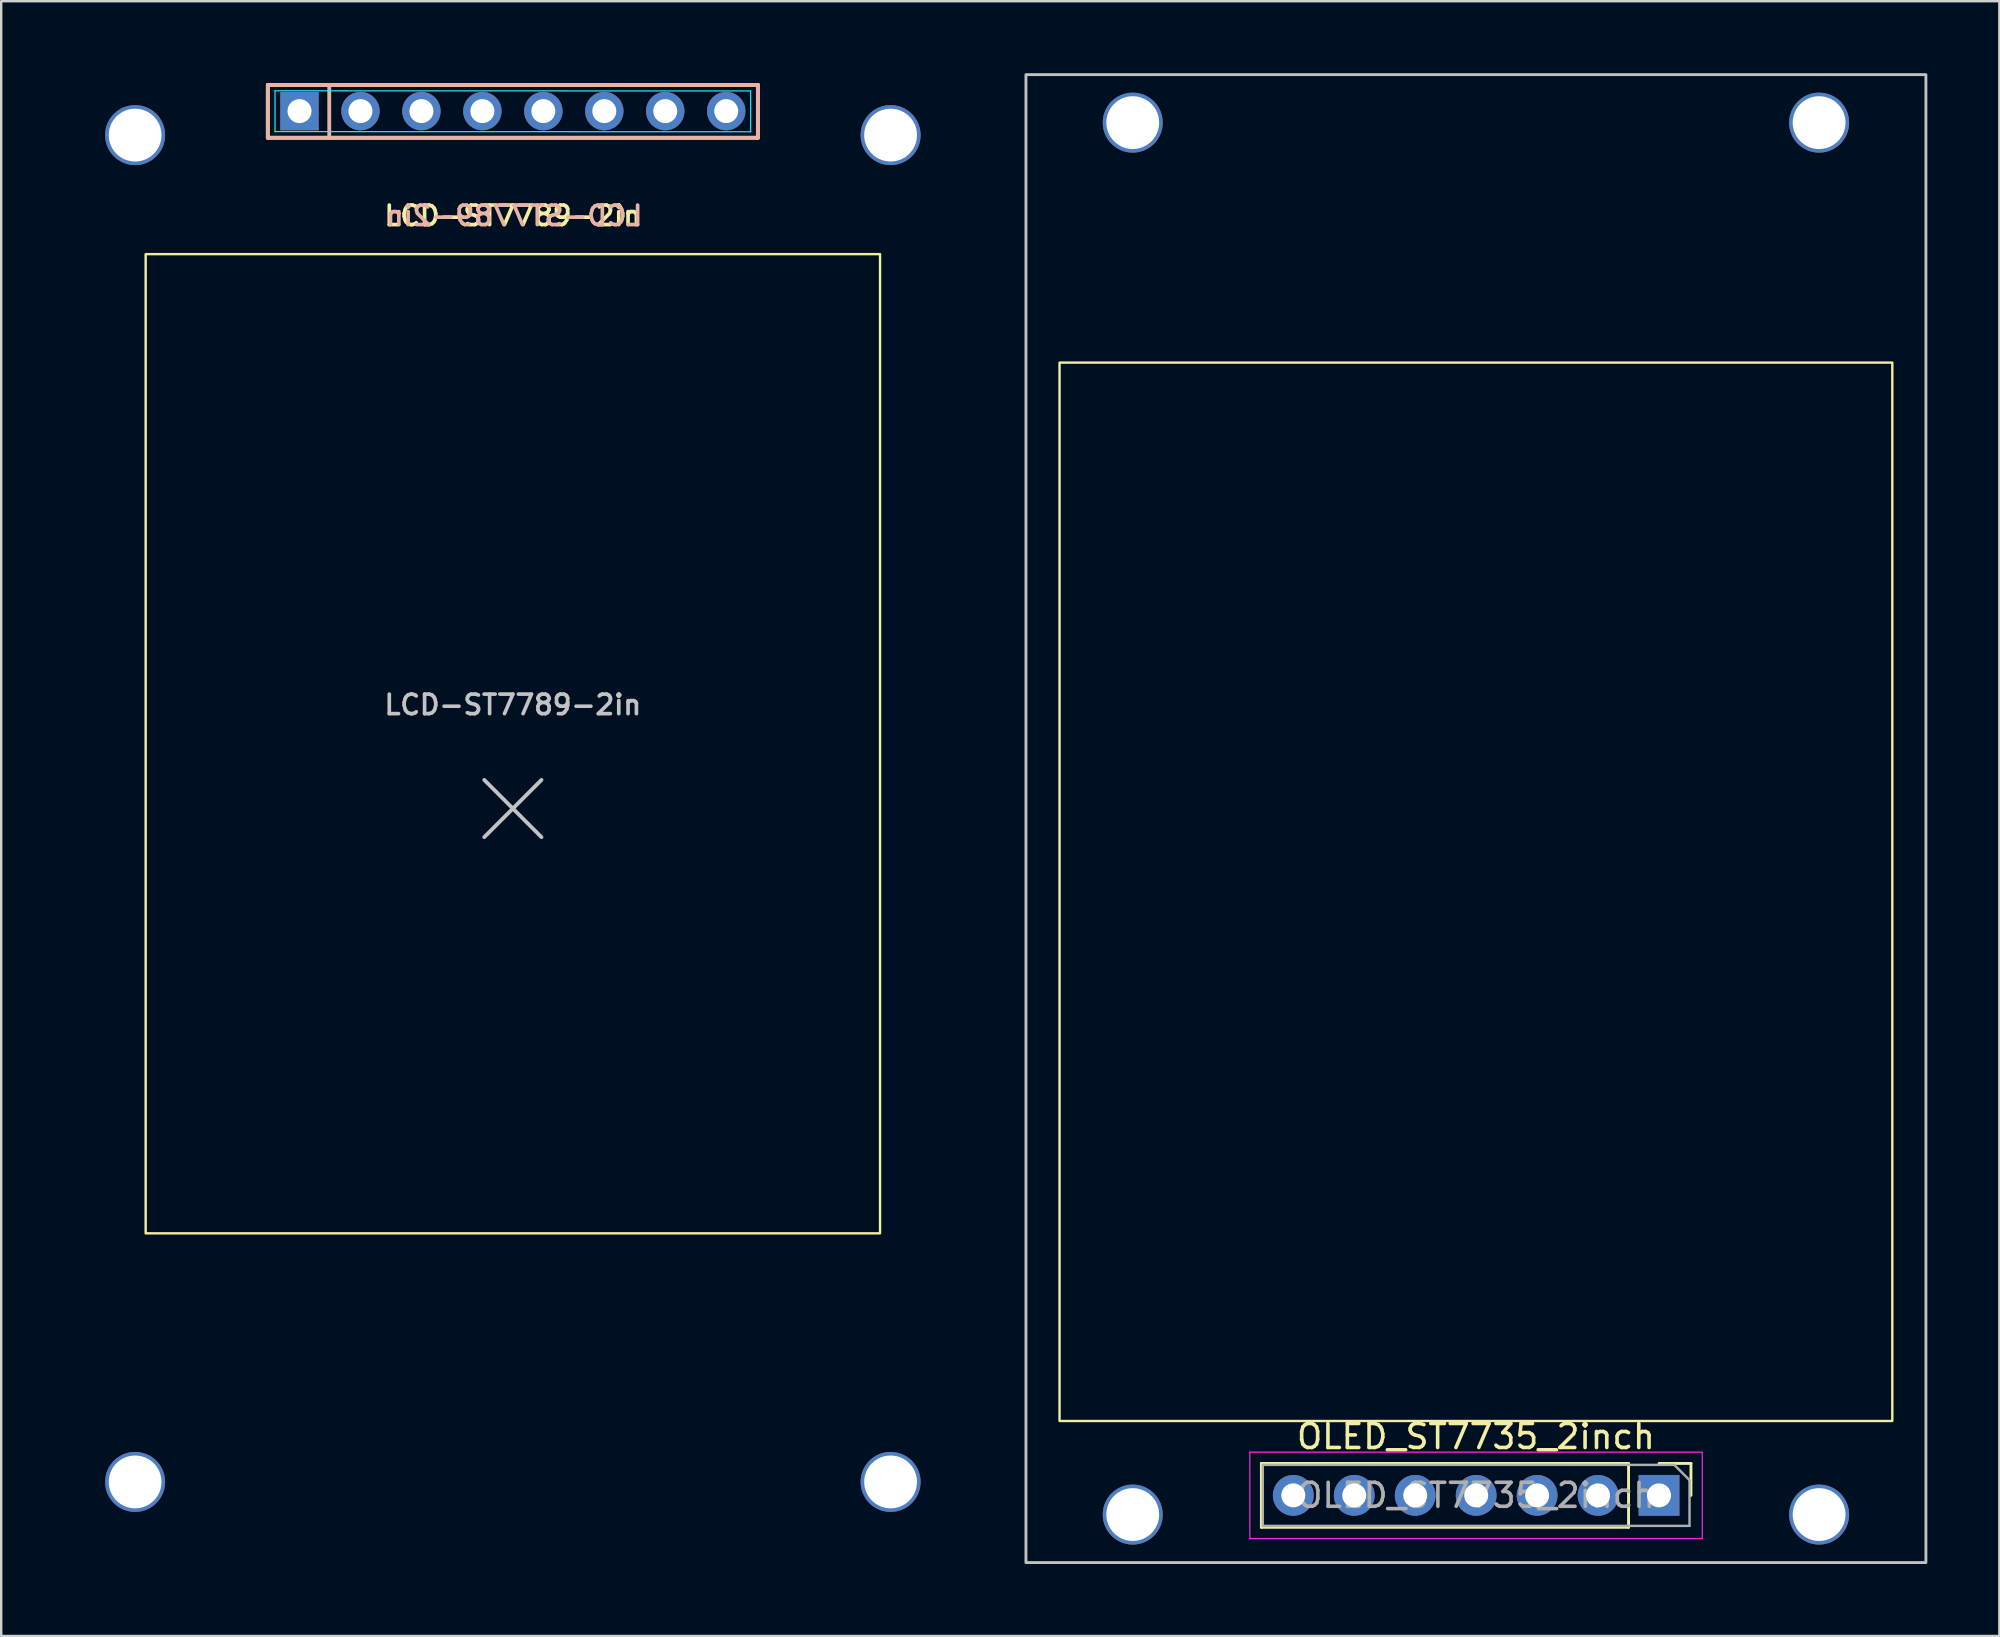
<source format=kicad_pcb>
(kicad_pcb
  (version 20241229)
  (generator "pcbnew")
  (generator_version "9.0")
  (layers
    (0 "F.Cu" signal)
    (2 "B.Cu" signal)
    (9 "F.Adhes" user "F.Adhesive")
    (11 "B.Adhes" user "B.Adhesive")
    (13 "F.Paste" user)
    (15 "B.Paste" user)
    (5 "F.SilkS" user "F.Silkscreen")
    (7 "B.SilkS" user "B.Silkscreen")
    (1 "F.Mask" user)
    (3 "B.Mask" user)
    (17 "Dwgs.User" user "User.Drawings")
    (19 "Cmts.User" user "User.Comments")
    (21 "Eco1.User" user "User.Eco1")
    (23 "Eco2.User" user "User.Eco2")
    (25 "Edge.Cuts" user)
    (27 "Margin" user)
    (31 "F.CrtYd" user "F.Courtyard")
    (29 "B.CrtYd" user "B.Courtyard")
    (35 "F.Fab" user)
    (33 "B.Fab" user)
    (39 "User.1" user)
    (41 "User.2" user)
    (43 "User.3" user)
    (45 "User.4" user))
  (footprint "OLED_ST7735_2inch"
    (layer "F.Cu")
    (at 58.45 31.06)
    (property "Reference" "OLED_ST7735_2inch" (at 0 25.75 180) (layer "F.SilkS") (effects (font (size 1 1) (thickness 0.15))))
    (attr through_hole)
    (fp_line (start -8.94 26.87) (end -8.94 29.53) (stroke (width 0.12) (type solid)) (layer "F.SilkS"))
    (fp_line (start 6.36 26.87) (end -8.94 26.87) (stroke (width 0.12) (type solid)) (layer "F.SilkS"))
    (fp_line (start 6.36 26.87) (end 6.36 29.53) (stroke (width 0.12) (type solid)) (layer "F.SilkS"))
    (fp_line (start 6.36 29.53) (end -8.94 29.53) (stroke (width 0.12) (type solid)) (layer "F.SilkS"))
    (fp_line (start 7.63 26.87) (end 8.96 26.87) (stroke (width 0.12) (type solid)) (layer "F.SilkS"))
    (fp_line (start 8.96 26.87) (end 8.96 28.2) (stroke (width 0.12) (type solid)) (layer "F.SilkS"))
    (fp_rect (start -17.35 -19) (end 17.35 25.1) (stroke (width 0.1) (type default)) (fill no) (layer "F.SilkS"))
    (fp_rect (start -18.75 -31) (end 18.75 31) (stroke (width 0.12) (type solid)) (fill no) (layer "Dwgs.User"))
    (fp_line (start -9.42 26.4) (end -9.42 30) (stroke (width 0.05) (type solid)) (layer "F.CrtYd"))
    (fp_line (start -9.42 30) (end 9.43 30) (stroke (width 0.05) (type solid)) (layer "F.CrtYd"))
    (fp_line (start 9.43 26.4) (end -9.42 26.4) (stroke (width 0.05) (type solid)) (layer "F.CrtYd"))
    (fp_line (start 9.43 30) (end 9.43 26.4) (stroke (width 0.05) (type solid)) (layer "F.CrtYd"))
    (fp_line (start -8.88 26.93) (end 8.265 26.93) (stroke (width 0.1) (type solid)) (layer "F.Fab"))
    (fp_line (start -8.88 29.47) (end -8.88 26.93) (stroke (width 0.1) (type solid)) (layer "F.Fab"))
    (fp_line (start 8.265 26.93) (end 8.9 27.565) (stroke (width 0.1) (type solid)) (layer "F.Fab"))
    (fp_line (start 8.9 27.565) (end 8.9 29.47) (stroke (width 0.1) (type solid)) (layer "F.Fab"))
    (fp_line (start 8.9 29.47) (end -8.88 29.47) (stroke (width 0.1) (type solid)) (layer "F.Fab"))
    (fp_text user "${REFERENCE}" (at 0.01 28.2 0) (layer "F.Fab") (effects (font (size 1 1) (thickness 0.15))))
    (pad "" np_thru_hole circle (at -14.3 -29) (size 2.5 2.5) (drill 2.2) (layers "*.Cu" "*.Mask"))
    (pad "" np_thru_hole circle (at -14.3 29) (size 2.5 2.5) (drill 2.2) (layers "*.Cu" "*.Mask"))
    (pad "" np_thru_hole circle (at 14.3 -29) (size 2.5 2.5) (drill 2.2) (layers "*.Cu" "*.Mask"))
    (pad "" np_thru_hole circle (at 14.3 29) (size 2.5 2.5) (drill 2.2) (layers "*.Cu" "*.Mask"))
    (pad "1" thru_hole rect (at 7.63 28.2 270) (size 1.7 1.7) (drill 1) (layers "*.Cu" "*.Mask"))
    (pad "2" thru_hole oval (at 5.09 28.2 270) (size 1.7 1.7) (drill 1) (layers "*.Cu" "*.Mask"))
    (pad "3" thru_hole oval (at 2.55 28.2 270) (size 1.7 1.7) (drill 1) (layers "*.Cu" "*.Mask"))
    (pad "4" thru_hole oval (at 0.01 28.2 270) (size 1.7 1.7) (drill 1) (layers "*.Cu" "*.Mask"))
    (pad "5" thru_hole oval (at -2.53 28.2 270) (size 1.7 1.7) (drill 1) (layers "*.Cu" "*.Mask"))
    (pad "6" thru_hole oval (at -5.07 28.2 270) (size 1.7 1.7) (drill 1) (layers "*.Cu" "*.Mask"))
    (pad "7" thru_hole oval (at -7.61 28.2 270) (size 1.7 1.7) (drill 1) (layers "*.Cu" "*.Mask")))
  (footprint "LCD-ST7789-2in"
    (layer "F.Cu")
    (at 18.32 30.64)
    (property "Reference" "LCD-ST7789-2in" (at 0 -4.322 180) (layer "Dwgs.User") (effects (font (size 0.813 0.813) (thickness 0.152))))
    (attr through_hole)
    (fp_line (start -10.21 -30.15) (end 10.21 -30.15) (stroke (width 0.16) (type solid)) (layer "F.SilkS"))
    (fp_line (start -10.21 -27.95) (end -10.21 -30.15) (stroke (width 0.16) (type solid)) (layer "F.SilkS"))
    (fp_line (start 10.21 -30.15) (end 10.21 -27.95) (stroke (width 0.16) (type solid)) (layer "F.SilkS"))
    (fp_line (start 10.21 -27.95) (end -10.21 -27.95) (stroke (width 0.16) (type solid)) (layer "F.SilkS"))
    (fp_rect (start -15.3 -23.1) (end 15.3 17.7) (stroke (width 0.1) (type default)) (fill no) (layer "F.SilkS"))
    (fp_line (start -10.21 -30.15) (end -10.21 -27.95) (stroke (width 0.16) (type solid)) (layer "B.SilkS"))
    (fp_line (start -10.21 -27.95) (end 10.21 -27.95) (stroke (width 0.16) (type solid)) (layer "B.SilkS"))
    (fp_line (start -7.65 -27.95) (end -7.65 -30.15) (stroke (width 0.16) (type solid)) (layer "B.SilkS"))
    (fp_line (start 10.21 -30.15) (end -10.21 -30.15) (stroke (width 0.16) (type solid)) (layer "B.SilkS"))
    (fp_line (start 10.21 -27.95) (end 10.21 -30.15) (stroke (width 0.16) (type solid)) (layer "B.SilkS"))
    (fp_line (start -1.191 -1.191) (end 1.191 1.191) (stroke (width 0.16) (type solid)) (layer "Dwgs.User"))
    (fp_line (start 1.191 -1.191) (end -1.191 1.191) (stroke (width 0.16) (type solid)) (layer "Dwgs.User"))
    (fp_line (start -18.24 -30.56) (end -18.24 30.56) (stroke (width 0.16) (type solid)) (layer "Eco1.User"))
    (fp_line (start -18.24 -30.56) (end 18.24 -30.56) (stroke (width 0.16) (type solid)) (layer "Eco1.User"))
    (fp_line (start -18.24 30.56) (end 18.24 30.56) (stroke (width 0.16) (type solid)) (layer "Eco1.User"))
    (fp_line (start 18.24 -30.56) (end 18.24 30.56) (stroke (width 0.16) (type solid)) (layer "Eco1.User"))
    (fp_rect (start -18 -25.9) (end 18 25.9) (stroke (width 0.1) (type default)) (fill no) (layer "Eco1.User"))
    (fp_line (start -9.91 -29.906) (end 9.91 -29.9) (stroke (width 0.05) (type solid)) (layer "B.CrtYd"))
    (fp_line (start -9.91 -28.2) (end -9.91 -29.9) (stroke (width 0.05) (type solid)) (layer "B.CrtYd"))
    (fp_line (start 9.91 -29.9) (end 9.91 -28.2) (stroke (width 0.05) (type solid)) (layer "B.CrtYd"))
    (fp_line (start 9.91 -28.2) (end -9.91 -28.206) (stroke (width 0.05) (type solid)) (layer "B.CrtYd"))
    (fp_text user "${REFERENCE}" (at 0 -24.7 180) (layer "F.SilkS") (effects (font (size 0.813 0.813) (thickness 0.152))))
    (fp_text user "${REFERENCE}" (at 0.05 -24.7 0) (layer "B.SilkS") (effects (font (size 0.813 0.813) (thickness 0.152)) (justify mirror)))
    (pad "" np_thru_hole circle (at -15.74 -28.06) (size 2.5 2.5) (drill 2.2) (layers "*.Cu" "*.Mask"))
    (pad "" np_thru_hole circle (at -15.74 28.06) (size 2.5 2.5) (drill 2.2) (layers "*.Cu" "*.Mask"))
    (pad "" np_thru_hole circle (at 15.74 -28.06) (size 2.5 2.5) (drill 2.2) (layers "*.Cu" "*.Mask"))
    (pad "" np_thru_hole circle (at 15.74 28.06 90) (size 2.5 2.5) (drill 2.2) (layers "*.Cu" "*.Mask"))
    (pad "1" thru_hole rect (at -8.89 -29.06 180) (size 1.6 1.6) (drill 1) (layers "*.Cu" "*.Mask"))
    (pad "2" thru_hole circle (at -6.35 -29.06 180) (size 1.6 1.6) (drill 1) (layers "*.Cu" "*.Mask"))
    (pad "3" thru_hole circle (at -3.81 -29.06 180) (size 1.6 1.6) (drill 1) (layers "*.Cu" "*.Mask"))
    (pad "4" thru_hole circle (at -1.27 -29.06 180) (size 1.6 1.6) (drill 1) (layers "*.Cu" "*.Mask"))
    (pad "5" thru_hole circle (at 1.27 -29.06 180) (size 1.6 1.6) (drill 1) (layers "*.Cu" "*.Mask"))
    (pad "6" thru_hole circle (at 3.81 -29.06 180) (size 1.6 1.6) (drill 1) (layers "*.Cu" "*.Mask"))
    (pad "7" thru_hole circle (at 6.35 -29.06 180) (size 1.6 1.6) (drill 1) (layers "*.Cu" "*.Mask"))
    (pad "8" thru_hole circle (at 8.89 -29.06 180) (size 1.6 1.6) (drill 1) (layers "*.Cu" "*.Mask")))
  (gr_rect
    (start -3 -3)
    (end 80.26 65.12)
    (stroke (width 0.1) (type default))
    (fill no)
    (layer "Edge.Cuts")))
</source>
